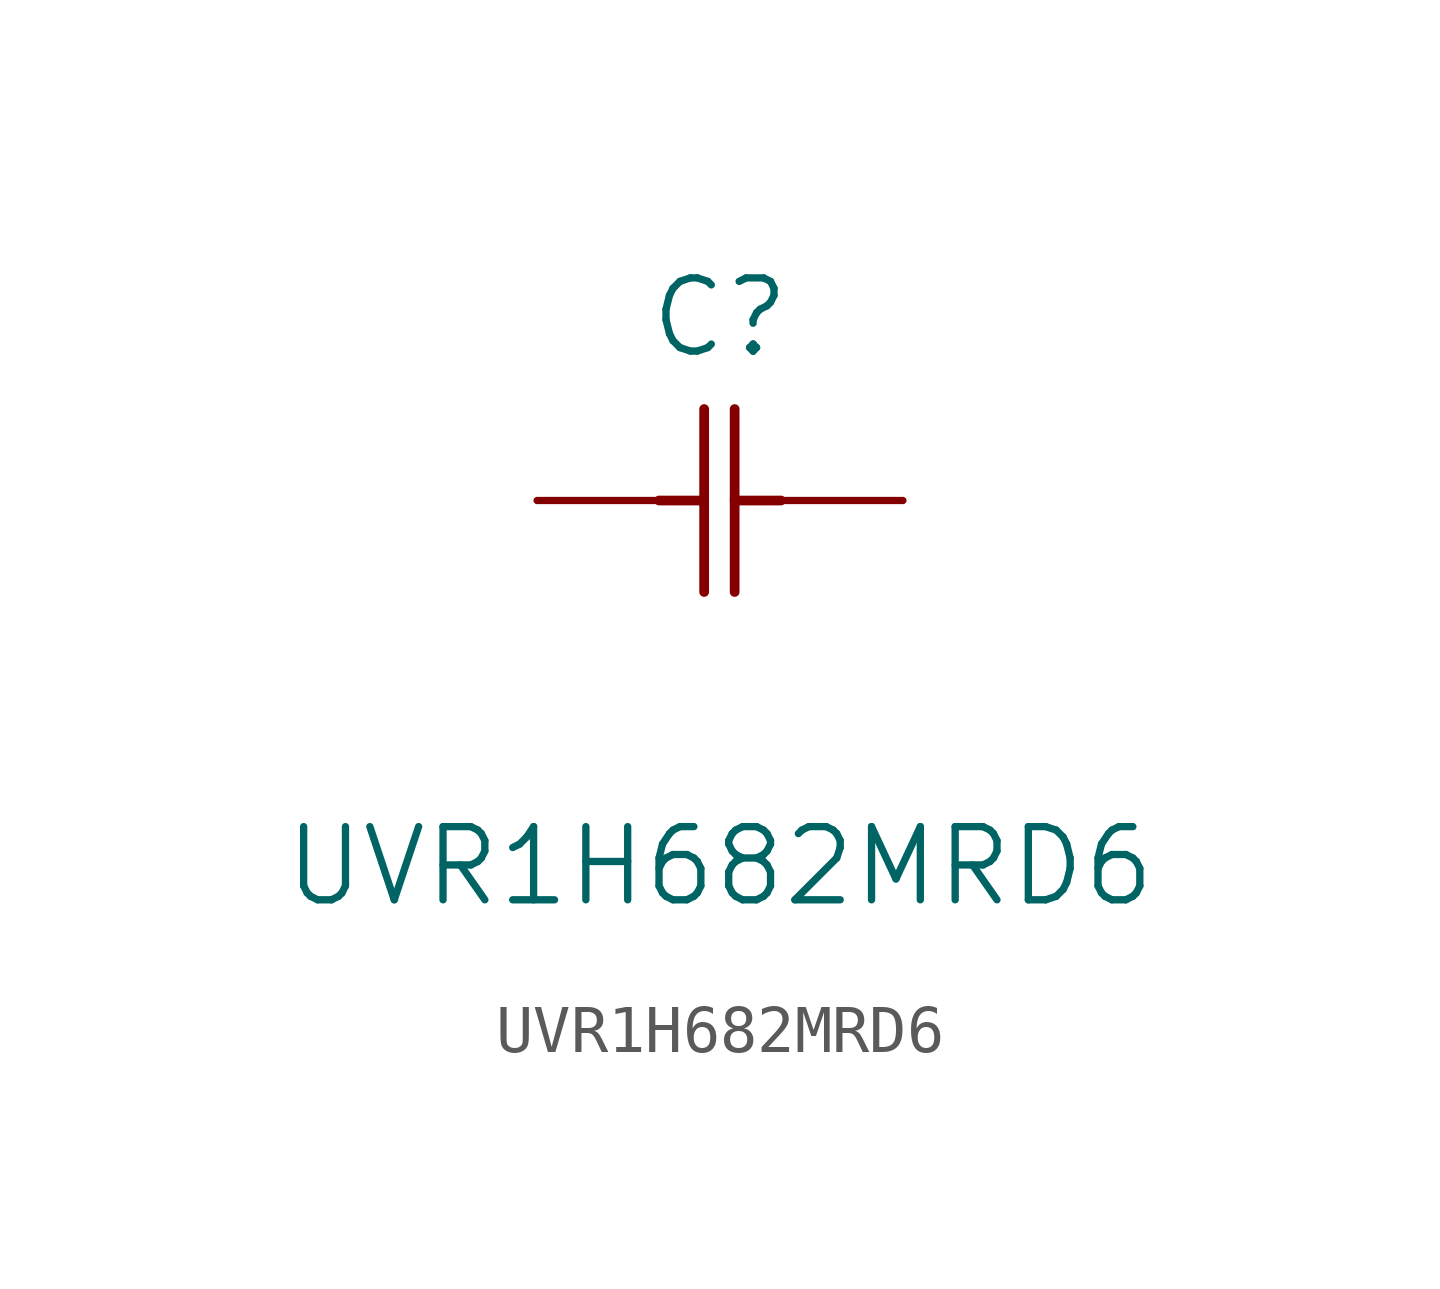
<source format=kicad_sym>
(kicad_symbol_lib
  (version 20211014)
  (generator kicad_symbol_editor)
  (symbol "UVR1H682MRD6"
    (pin_numbers hide)
    (pin_names
      (offset 1.651) hide)
    (property "Reference" "C"
      (at 3.81 3.81 0)
      (effects (font (size 1.524 1.524))))
    (property "Value" "UVR1H682MRD6"
      (at 3.81 -7.62 0)
      (effects (font (size 1.524 1.524))))
    (property "Datasheet" ""
      (at 0 0 0)
      (effects (font (size 1.524 1.524))))
    (property "ki_locked" ""
      (at 0 0 0)
      (effects (font (size 1.27 1.27))))
    (symbol "UVR1H682MRD6_1_1"
      (polyline (pts (xy 2.54 0) (xy 3.48 0)) (stroke (width 0.203) (type default) (color 0 0 0 0)) (fill (type none)))
      (polyline (pts (xy 3.48 -1.905) (xy 3.48 1.905)) (stroke (width 0.203) (type default) (color 0 0 0 0)) (fill (type none)))
      (polyline (pts (xy 4.115 -1.905) (xy 4.115 1.905)) (stroke (width 0.203) (type default) (color 0 0 0 0)) (fill (type none)))
      (polyline (pts (xy 4.115 0) (xy 5.08 0)) (stroke (width 0.203) (type default) (color 0 0 0 0)) (fill (type none)))
      (pin unspecified line (at 0 0 0) (length 2.54) (name "1" (effects (font (size 1.499 1.499)))) (number "1" (effects (font (size 1.499 1.499)))))
      (pin unspecified line (at 7.62 0 180) (length 2.54) (name "2" (effects (font (size 1.499 1.499)))) (number "2" (effects (font (size 1.499 1.499))))))))
</source>
